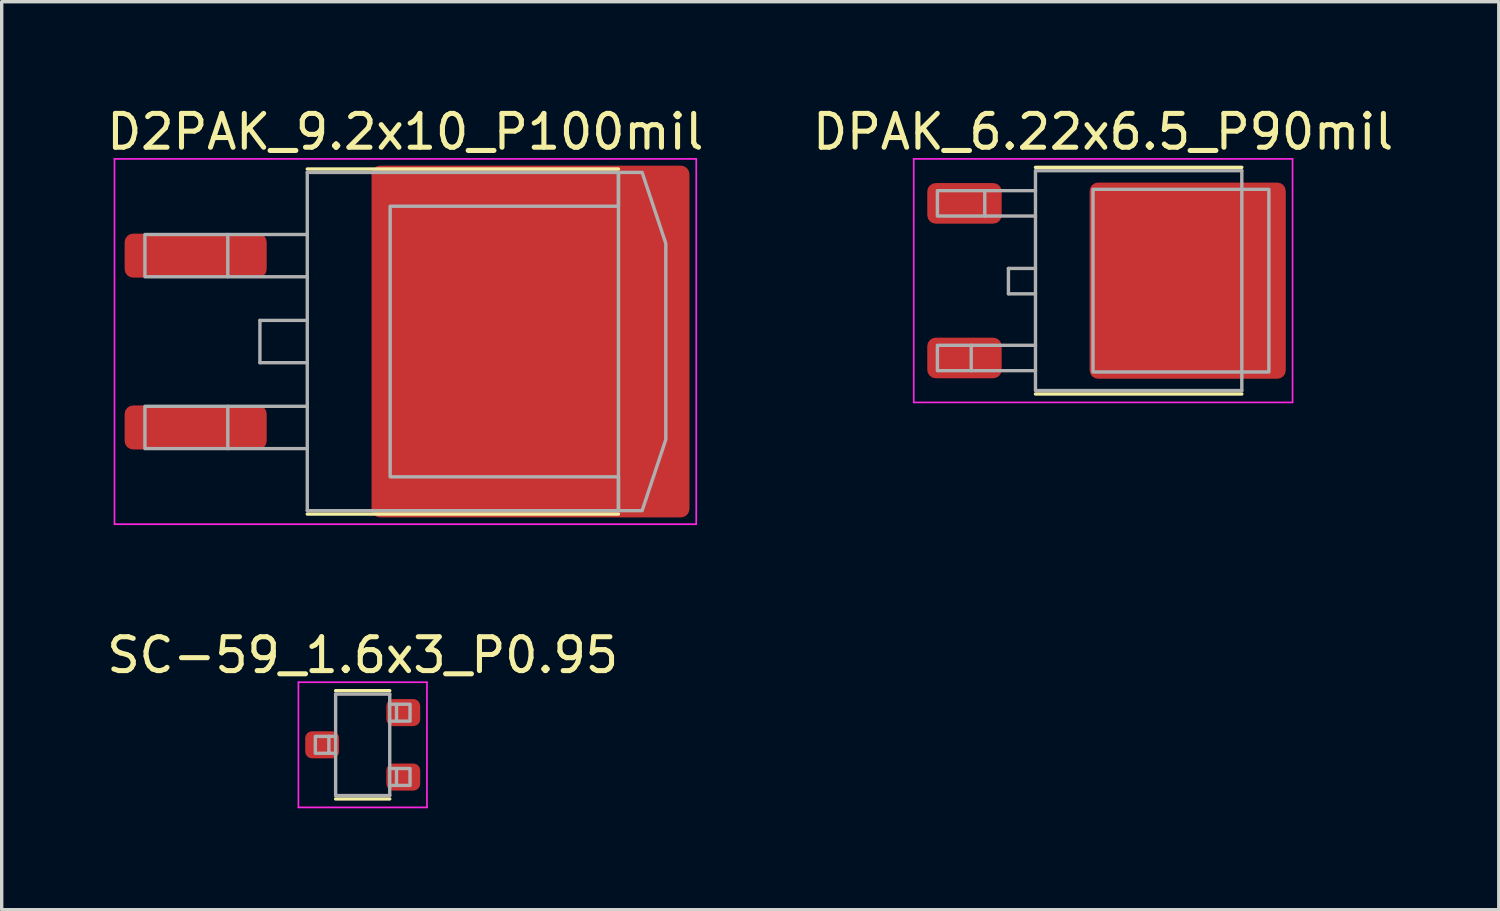
<source format=kicad_pcb>
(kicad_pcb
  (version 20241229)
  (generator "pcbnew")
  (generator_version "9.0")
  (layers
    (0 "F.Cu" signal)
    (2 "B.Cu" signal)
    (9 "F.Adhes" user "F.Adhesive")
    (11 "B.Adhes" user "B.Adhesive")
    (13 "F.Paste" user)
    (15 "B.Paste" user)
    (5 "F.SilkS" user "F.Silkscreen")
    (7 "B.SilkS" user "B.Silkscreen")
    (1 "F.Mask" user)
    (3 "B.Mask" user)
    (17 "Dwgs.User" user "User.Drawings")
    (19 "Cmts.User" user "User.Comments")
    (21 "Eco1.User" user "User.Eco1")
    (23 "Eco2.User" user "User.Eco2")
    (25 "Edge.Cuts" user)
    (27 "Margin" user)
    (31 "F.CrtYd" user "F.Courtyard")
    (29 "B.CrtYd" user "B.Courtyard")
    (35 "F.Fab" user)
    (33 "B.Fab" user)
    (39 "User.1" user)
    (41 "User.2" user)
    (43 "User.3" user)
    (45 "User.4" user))
  (footprint "SC-59_1.6x3_P0.95"
    (layer "F.Cu")
    (at 7.673 18.971)
    (property "Reference" "SC-59_1.6x3_P0.95" (at 0 -2.65 0) (layer "F.SilkS") (effects (font (size 1 1) (thickness 0.15))))
    (attr smd)
    (fp_line (start -0.8 -1.6) (end 0.8 -1.6) (stroke (width 0.1) (type solid)) (layer "F.SilkS"))
    (fp_line (start -0.8 1.6) (end 0.8 1.6) (stroke (width 0.1) (type solid)) (layer "F.SilkS"))
    (fp_line (start -1.9 -1.85) (end -1.9 1.85) (stroke (width 0.05) (type solid)) (layer "F.CrtYd"))
    (fp_line (start -1.9 1.85) (end 1.9 1.85) (stroke (width 0.05) (type solid)) (layer "F.CrtYd"))
    (fp_line (start 1.9 -1.85) (end -1.9 -1.85) (stroke (width 0.05) (type solid)) (layer "F.CrtYd"))
    (fp_line (start 1.9 1.85) (end 1.9 -1.85) (stroke (width 0.05) (type solid)) (layer "F.CrtYd"))
    (fp_line (start -1 -0.25) (end -0.8 -0.25) (stroke (width 0.1) (type solid)) (layer "F.Fab"))
    (fp_line (start -1 0.25) (end -0.8 0.25) (stroke (width 0.1) (type solid)) (layer "F.Fab"))
    (fp_line (start -0.8 1.5) (end -0.8 -1.5) (stroke (width 0.1) (type solid)) (layer "F.Fab"))
    (fp_line (start 0.8 -1.5) (end -0.8 -1.5) (stroke (width 0.1) (type solid)) (layer "F.Fab"))
    (fp_line (start 0.8 1.5) (end -0.8 1.5) (stroke (width 0.1) (type solid)) (layer "F.Fab"))
    (fp_line (start 0.8 1.5) (end 0.8 -1.5) (stroke (width 0.1) (type solid)) (layer "F.Fab"))
    (fp_line (start 1 -1.2) (end 0.8 -1.2) (stroke (width 0.1) (type solid)) (layer "F.Fab"))
    (fp_line (start 1 -0.7) (end 0.8 -0.7) (stroke (width 0.1) (type solid)) (layer "F.Fab"))
    (fp_line (start 1 0.7) (end 0.8 0.7) (stroke (width 0.1) (type solid)) (layer "F.Fab"))
    (fp_line (start 1 1.2) (end 0.8 1.2) (stroke (width 0.1) (type solid)) (layer "F.Fab"))
    (fp_poly (pts (xy -1 0.25) (xy -1.4 0.25) (xy -1.4 -0.25) (xy -1 -0.25)) (stroke (width 0.1) (type solid)) (fill no) (layer "F.Fab"))
    (fp_poly (pts (xy 1 -1.2) (xy 1.4 -1.2) (xy 1.4 -0.7) (xy 1 -0.7)) (stroke (width 0.1) (type solid)) (fill no) (layer "F.Fab"))
    (fp_poly (pts (xy 1 0.7) (xy 1.4 0.7) (xy 1.4 1.2) (xy 1 1.2)) (stroke (width 0.1) (type solid)) (fill no) (layer "F.Fab"))
    (pad "1" smd roundrect (at 1.2 0.953 180) (size 1 0.8) (layers "F.Cu" "F.Mask" "F.Paste") (roundrect_rratio 0.25))
    (pad "2" smd roundrect (at 1.2 -0.953 180) (size 1 0.8) (layers "F.Cu" "F.Mask" "F.Paste") (roundrect_rratio 0.25))
    (pad "3" smd roundrect (at -1.2 0 180) (size 1 0.8) (layers "F.Cu" "F.Mask" "F.Paste") (roundrect_rratio 0.25)))
  (footprint "D2PAK_9.2x10_P100mil"
    (layer "F.Cu")
    (at 8.935 7.048)
    (property "Reference" "D2PAK_9.2x10_P100mil" (at 0 -6.2 0) (layer "F.SilkS") (effects (font (size 1 1) (thickness 0.15))))
    (attr smd)
    (fp_line (start -2.9 -5.1) (end 6.3 -5.1) (stroke (width 0.1) (type solid)) (layer "F.SilkS"))
    (fp_line (start -2.9 5.1) (end 6.3 5.1) (stroke (width 0.1) (type solid)) (layer "F.SilkS"))
    (fp_line (start -8.6 -5.4) (end -8.6 5.4) (stroke (width 0.05) (type solid)) (layer "F.CrtYd"))
    (fp_line (start -8.6 5.4) (end 8.6 5.4) (stroke (width 0.05) (type solid)) (layer "F.CrtYd"))
    (fp_line (start 8.6 -5.4) (end -8.6 -5.4) (stroke (width 0.05) (type solid)) (layer "F.CrtYd"))
    (fp_line (start 8.6 5.4) (end 8.6 -5.4) (stroke (width 0.05) (type solid)) (layer "F.CrtYd"))
    (fp_line (start -5.25 -3.165) (end -2.9 -3.165) (stroke (width 0.1) (type solid)) (layer "F.Fab"))
    (fp_line (start -5.25 -1.915) (end -2.9 -1.915) (stroke (width 0.1) (type solid)) (layer "F.Fab"))
    (fp_line (start -5.25 1.915) (end -2.9 1.915) (stroke (width 0.1) (type solid)) (layer "F.Fab"))
    (fp_line (start -5.25 3.165) (end -2.9 3.165) (stroke (width 0.1) (type solid)) (layer "F.Fab"))
    (fp_line (start -4.3 -0.625) (end -4.3 0.625) (stroke (width 0.1) (type solid)) (layer "F.Fab"))
    (fp_line (start -4.3 -0.625) (end -2.9 -0.625) (stroke (width 0.1) (type solid)) (layer "F.Fab"))
    (fp_line (start -4.3 0.625) (end -2.9 0.625) (stroke (width 0.1) (type solid)) (layer "F.Fab"))
    (fp_line (start -2.9 -5) (end -2.9 5) (stroke (width 0.1) (type solid)) (layer "F.Fab"))
    (fp_line (start -2.9 -5) (end 6.3 -5) (stroke (width 0.1) (type solid)) (layer "F.Fab"))
    (fp_line (start -2.9 5) (end 6.3 5) (stroke (width 0.1) (type solid)) (layer "F.Fab"))
    (fp_line (start 6.3 -5) (end 6.3 5) (stroke (width 0.1) (type solid)) (layer "F.Fab"))
    (fp_poly (pts (xy -5.25 -1.915) (xy -7.7 -1.915) (xy -7.7 -3.165) (xy -5.25 -3.165)) (stroke (width 0.1) (type solid)) (fill no) (layer "F.Fab"))
    (fp_poly (pts (xy -5.25 3.165) (xy -7.7 3.165) (xy -7.7 1.915) (xy -5.25 1.915)) (stroke (width 0.1) (type solid)) (fill no) (layer "F.Fab"))
    (fp_poly (pts (xy 7.7 2.9) (xy 7 5) (xy 6.3 5) (xy 6.3 4) (xy -0.45 4) (xy -0.45 -4) (xy 6.3 -4) (xy 6.3 -5) (xy 7 -5) (xy 7.7 -2.9)) (stroke (width 0.1) (type solid)) (fill no) (layer "F.Fab"))
    (pad "" smd roundrect (at 0.175 -3.9) (size 1.63 1.88) (layers "F.Paste") (roundrect_rratio 0.061))
    (pad "" smd roundrect (at 0.175 -1.3) (size 1.63 1.88) (layers "F.Paste") (roundrect_rratio 0.061))
    (pad "" smd roundrect (at 0.175 1.3) (size 1.63 1.88) (layers "F.Paste") (roundrect_rratio 0.061))
    (pad "" smd roundrect (at 0.175 3.9) (size 1.63 1.88) (layers "F.Paste") (roundrect_rratio 0.061))
    (pad "" smd roundrect (at 2.525 -3.9) (size 1.63 1.88) (layers "F.Paste") (roundrect_rratio 0.061))
    (pad "" smd roundrect (at 2.525 -1.3) (size 1.63 1.88) (layers "F.Paste") (roundrect_rratio 0.061))
    (pad "" smd roundrect (at 2.525 1.3) (size 1.63 1.88) (layers "F.Paste") (roundrect_rratio 0.061))
    (pad "" smd roundrect (at 2.525 3.9) (size 1.63 1.88) (layers "F.Paste") (roundrect_rratio 0.061))
    (pad "" smd roundrect (at 4.875 -3.9) (size 1.63 1.88) (layers "F.Paste") (roundrect_rratio 0.061))
    (pad "" smd roundrect (at 4.875 -1.3) (size 1.63 1.88) (layers "F.Paste") (roundrect_rratio 0.061))
    (pad "" smd roundrect (at 4.875 1.3) (size 1.63 1.88) (layers "F.Paste") (roundrect_rratio 0.061))
    (pad "" smd roundrect (at 4.875 3.9) (size 1.63 1.88) (layers "F.Paste") (roundrect_rratio 0.061))
    (pad "" smd roundrect (at 7.225 -3.9) (size 1.63 1.88) (layers "F.Paste") (roundrect_rratio 0.061))
    (pad "" smd roundrect (at 7.225 -1.3) (size 1.63 1.88) (layers "F.Paste") (roundrect_rratio 0.061))
    (pad "" smd roundrect (at 7.225 1.3) (size 1.63 1.88) (layers "F.Paste") (roundrect_rratio 0.061))
    (pad "" smd roundrect (at 7.225 3.9) (size 1.63 1.88) (layers "F.Paste") (roundrect_rratio 0.061))
    (pad "1" smd roundrect (at -6.2 -2.54) (size 4.2 1.3) (layers "F.Cu" "F.Mask" "F.Paste") (roundrect_rratio 0.192))
    (pad "2" smd roundrect (at 3.7 0) (size 9.4 10.4) (layers "F.Cu" "F.Mask") (roundrect_rratio 0.027))
    (pad "3" smd roundrect (at -6.2 2.54) (size 4.2 1.3) (layers "F.Cu" "F.Mask" "F.Paste") (roundrect_rratio 0.192)))
  (footprint "DPAK_6.22x6.5_P90mil"
    (layer "F.Cu")
    (at 29.565 5.248)
    (property "Reference" "DPAK_6.22x6.5_P90mil" (at 0 -4.4 0) (layer "F.SilkS") (effects (font (size 1 1) (thickness 0.15))))
    (attr smd)
    (fp_line (start -2 -3.35) (end 4.1 -3.35) (stroke (width 0.1) (type solid)) (layer "F.SilkS"))
    (fp_line (start -2 3.35) (end 4.1 3.35) (stroke (width 0.1) (type solid)) (layer "F.SilkS"))
    (fp_line (start -5.6 -3.6) (end -5.6 3.6) (stroke (width 0.05) (type solid)) (layer "F.CrtYd"))
    (fp_line (start -5.6 3.6) (end 5.6 3.6) (stroke (width 0.05) (type solid)) (layer "F.CrtYd"))
    (fp_line (start 5.6 -3.6) (end -5.6 -3.6) (stroke (width 0.05) (type solid)) (layer "F.CrtYd"))
    (fp_line (start 5.6 3.6) (end 5.6 -3.6) (stroke (width 0.05) (type solid)) (layer "F.CrtYd"))
    (fp_line (start -3.9 1.911) (end -2 1.911) (stroke (width 0.1) (type solid)) (layer "F.Fab"))
    (fp_line (start -3.9 2.661) (end -2 2.661) (stroke (width 0.1) (type solid)) (layer "F.Fab"))
    (fp_line (start -3.5 -2.661) (end -2 -2.661) (stroke (width 0.1) (type solid)) (layer "F.Fab"))
    (fp_line (start -3.5 -1.911) (end -2 -1.911) (stroke (width 0.1) (type solid)) (layer "F.Fab"))
    (fp_line (start -2.8 -0.361) (end -2.8 0.389) (stroke (width 0.1) (type solid)) (layer "F.Fab"))
    (fp_line (start -2.8 -0.361) (end -2 -0.361) (stroke (width 0.1) (type solid)) (layer "F.Fab"))
    (fp_line (start -2.8 0.389) (end -2 0.389) (stroke (width 0.1) (type solid)) (layer "F.Fab"))
    (fp_line (start -2 -3.25) (end -2 3.25) (stroke (width 0.1) (type solid)) (layer "F.Fab"))
    (fp_line (start -2 -3.25) (end 4.1 -3.25) (stroke (width 0.1) (type solid)) (layer "F.Fab"))
    (fp_line (start -1.975 3.25) (end 4.1 3.25) (stroke (width 0.1) (type solid)) (layer "F.Fab"))
    (fp_line (start 4.1 -3.25) (end 4.1 3.25) (stroke (width 0.1) (type solid)) (layer "F.Fab"))
    (fp_poly (pts (xy -3.9 2.661) (xy -4.9 2.661) (xy -4.9 1.911) (xy -3.9 1.911)) (stroke (width 0.1) (type solid)) (fill no) (layer "F.Fab"))
    (fp_poly (pts (xy -3.5 -1.911) (xy -4.9 -1.911) (xy -4.9 -2.661) (xy -3.5 -2.661)) (stroke (width 0.1) (type solid)) (fill no) (layer "F.Fab"))
    (fp_poly (pts (xy 4.9 2.7) (xy -0.3 2.7) (xy -0.3 -2.7) (xy 4.9 -2.7)) (stroke (width 0.1) (type solid)) (fill no) (layer "F.Fab"))
    (pad "" smd roundrect (at 0.57 -1.93) (size 1.37 1.37) (layers "F.Paste") (roundrect_rratio 0.073))
    (pad "" smd roundrect (at 0.57 0) (size 1.37 1.37) (layers "F.Paste") (roundrect_rratio 0.073))
    (pad "" smd roundrect (at 0.57 1.93) (size 1.37 1.37) (layers "F.Paste") (roundrect_rratio 0.073))
    (pad "" smd roundrect (at 2.5 -1.93) (size 1.37 1.37) (layers "F.Paste") (roundrect_rratio 0.073))
    (pad "" smd roundrect (at 2.5 0) (size 1.37 1.37) (layers "F.Paste") (roundrect_rratio 0.073))
    (pad "" smd roundrect (at 2.5 1.93) (size 1.37 1.37) (layers "F.Paste") (roundrect_rratio 0.073))
    (pad "" smd roundrect (at 4.43 -1.93) (size 1.37 1.37) (layers "F.Paste") (roundrect_rratio 0.073))
    (pad "" smd roundrect (at 4.43 0) (size 1.37 1.37) (layers "F.Paste") (roundrect_rratio 0.073))
    (pad "" smd roundrect (at 4.43 1.93) (size 1.37 1.37) (layers "F.Paste") (roundrect_rratio 0.073))
    (pad "1" smd roundrect (at -4.1 -2.286) (size 2.2 1.2) (layers "F.Cu" "F.Mask" "F.Paste") (roundrect_rratio 0.208))
    (pad "2" smd roundrect (at 2.5 0) (size 5.8 5.8) (layers "F.Cu" "F.Mask") (roundrect_rratio 0.043))
    (pad "3" smd roundrect (at -4.1 2.286) (size 2.2 1.2) (layers "F.Cu" "F.Mask" "F.Paste") (roundrect_rratio 0.208)))
  (gr_rect
    (start -3 -3)
    (end 41.262 23.846)
    (stroke (width 0.1) (type default))
    (fill no)
    (layer "Edge.Cuts")))
</source>
